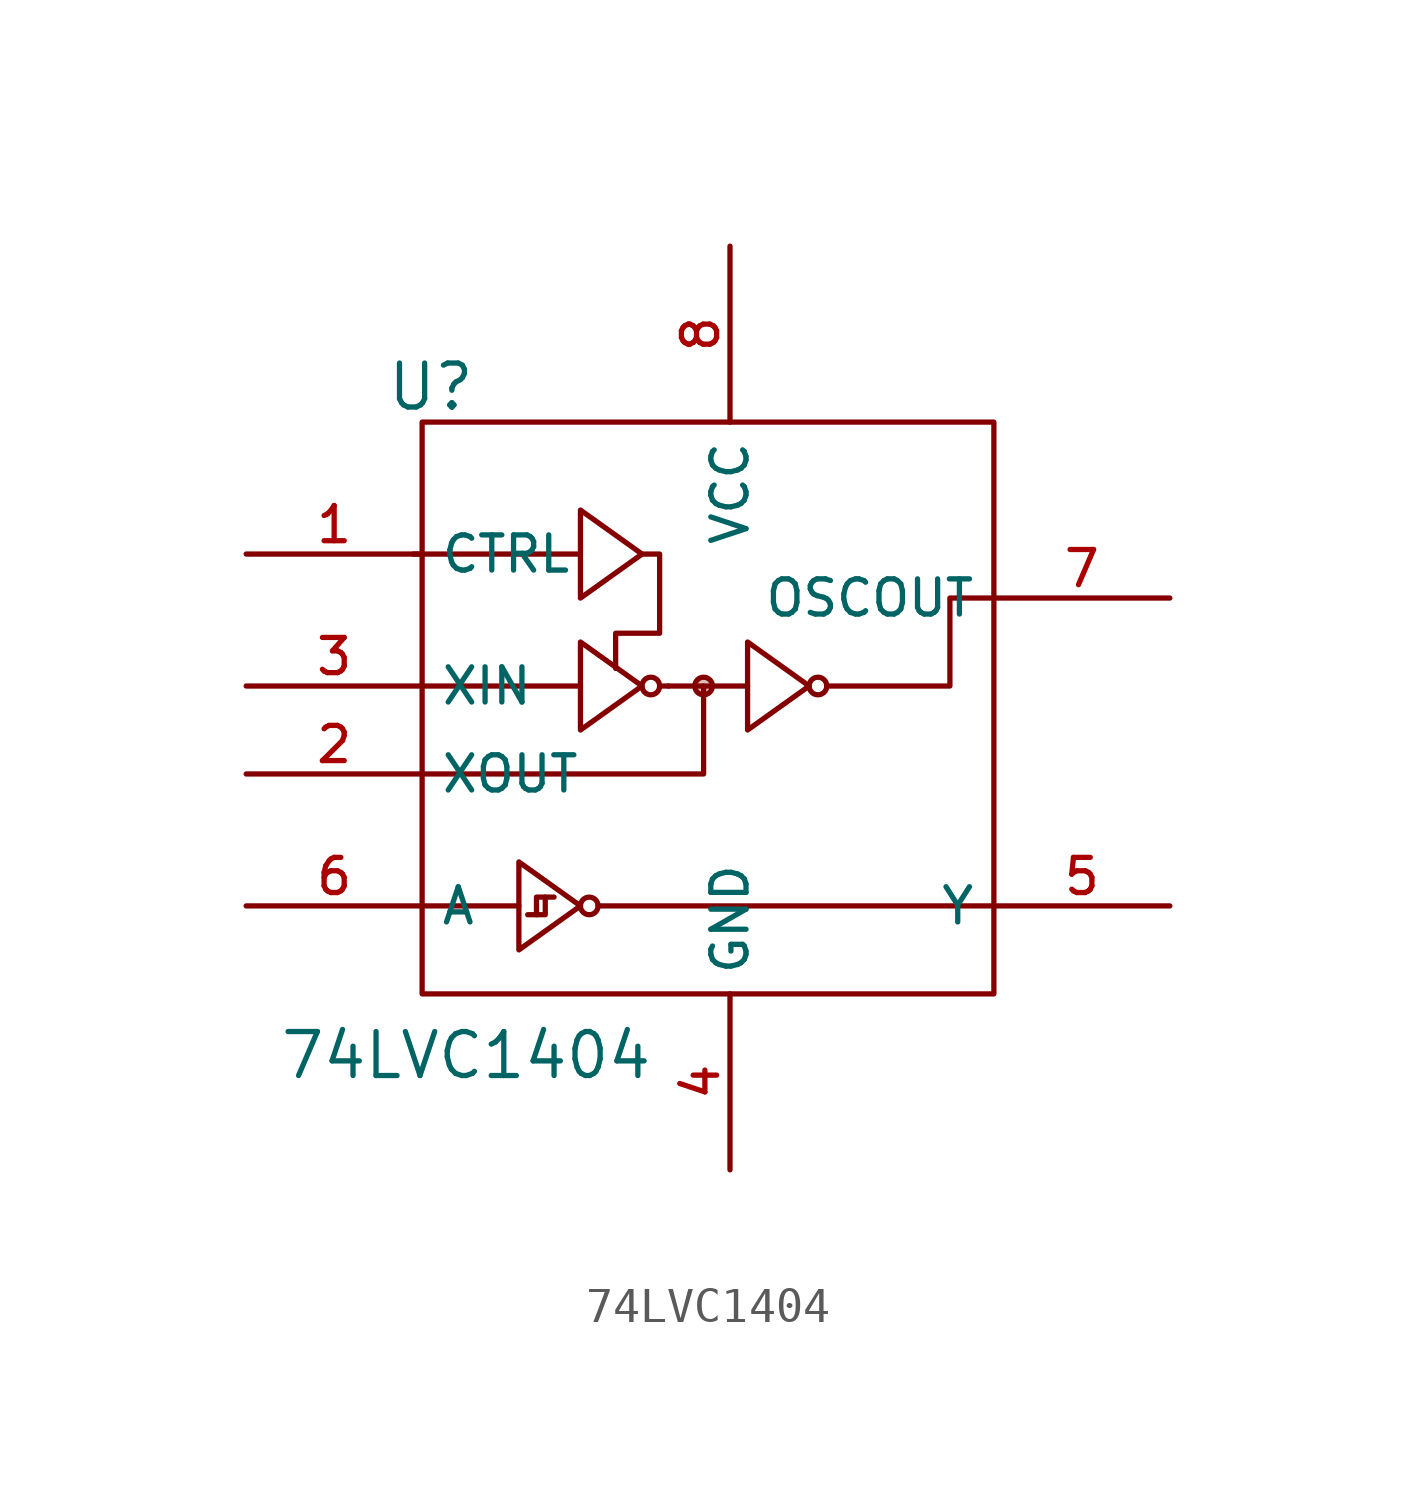
<source format=kicad_sym>
(kicad_symbol_lib
  (version 20231120)
  (generator "kicad_symbol_editor")
  (generator_version "8.0")
  (symbol "74LVC1404"
    (property "Reference" "U"
      (at -8.636 8.636 0)
      (effects (font (size 1.27 1.27))))
    (property "Value" "74LVC1404"
      (at -7.62 -10.668 0)
      (effects (font (size 1.27 1.27))))
    (symbol "74LVC1404_0_1"
      (rectangle (start -8.89 7.62) (end 7.62 -8.89) (stroke (width 0) (type default)) (fill (type none))))
    (symbol "74LVC1404_1_0"
      (pin input line (at -13.97 3.81 0) (length 5.08) (name "CTRL" (effects (font (size 1.016 1.016)))) (number "1" (effects (font (size 1.016 1.016)))))
      (pin output line (at -13.97 -2.54 0) (length 5.08) (name "XOUT" (effects (font (size 1.016 1.016)))) (number "2" (effects (font (size 1.016 1.016)))))
      (pin input line (at -13.97 0 0) (length 5.08) (name "XIN" (effects (font (size 1.016 1.016)))) (number "3" (effects (font (size 1.016 1.016)))))
      (pin power_in line (at 0 -13.97 90) (length 5.08) (name "GND" (effects (font (size 1.016 1.016)))) (number "4" (effects (font (size 1.016 1.016)))))
      (pin input line (at 12.7 -6.35 180) (length 5.08) (name "Y" (effects (font (size 1.016 1.016)))) (number "5" (effects (font (size 1.016 1.016)))))
      (pin input line (at -13.97 -6.35 0) (length 5.08) (name "A" (effects (font (size 1.016 1.016)))) (number "6" (effects (font (size 1.016 1.016)))))
      (pin output line (at 12.7 2.54 180) (length 5.08) (name "OSCOUT" (effects (font (size 1.016 1.016)))) (number "7" (effects (font (size 1.016 1.016)))))
      (pin power_in line (at 0 12.7 270) (length 5.08) (name "VCC" (effects (font (size 1.016 1.016)))) (number "8" (effects (font (size 1.016 1.016))))))
    (symbol "74LVC1404_1_1"
      (circle (center -4.064 -6.35) (radius 0.254) (stroke (width 0) (type default) (color 132 0 0 0.251)) (fill (type none)))
      (circle (center -2.286 0) (radius 0.254) (stroke (width 0) (type default) (color 132 0 0 0.251)) (fill (type none)))
      (circle (center -0.762 0) (radius 0.254) (stroke (width 0) (type default) (color 132 0 0 0.251)) (fill (type outline)))
      (polyline (pts (xy -8.89 -6.35) (xy -6.096 -6.35)) (stroke (width 0) (type default) (color 132 0 0 0.251)) (fill (type none)))
      (polyline (pts (xy -8.89 0) (xy -4.318 0)) (stroke (width 0) (type default) (color 132 0 0 0.251)) (fill (type none)))
      (polyline (pts (xy -4.318 3.81) (xy -9.144 3.81)) (stroke (width 0) (type default) (color 132 0 0 0.25)) (fill (type color) (color 132 0 0 1)))
      (polyline (pts (xy -3.81 -6.35) (xy 7.62 -6.35)) (stroke (width 0) (type default) (color 132 0 0 0.251)) (fill (type none)))
      (polyline (pts (xy -2.032 0) (xy -1.778 0)) (stroke (width 0) (type default) (color 132 0 0 0.251)) (fill (type none)))
      (polyline (pts (xy -1.778 0) (xy 0.508 0)) (stroke (width 0) (type default) (color 132 0 0 0.251)) (fill (type none)))
      (polyline (pts (xy -8.89 -2.54) (xy -0.762 -2.54) (xy -0.762 0)) (stroke (width 0) (type default) (color 132 0 0 0.251)) (fill (type none)))
      (polyline (pts (xy -5.334 -6.096) (xy -5.588 -6.096) (xy -5.588 -6.604)) (stroke (width 0) (type default) (color 132 0 0 0.251)) (fill (type none)))
      (polyline (pts (xy -5.842 -6.604) (xy -5.334 -6.604) (xy -5.334 -6.096) (xy -5.08 -6.096)) (stroke (width 0) (type default) (color 132 0 0 0.251)) (fill (type none)))
      (polyline (pts (xy 2.794 0) (xy 6.35 0) (xy 6.35 2.54) (xy 7.62 2.54)) (stroke (width 0) (type default) (color 132 0 0 0.251)) (fill (type none)))
      (polyline (pts (xy -6.096 -5.588) (xy -6.096 -7.62) (xy -4.318 -6.35) (xy -6.096 -5.08) (xy -6.096 -5.588)) (stroke (width 0) (type default) (color 132 0 0 0.251)) (fill (type none)))
      (polyline (pts (xy -4.318 0.762) (xy -4.318 -1.27) (xy -2.54 0) (xy -4.318 1.27) (xy -4.318 0.762)) (stroke (width 0) (type default) (color 132 0 0 0.251)) (fill (type none)))
      (polyline (pts (xy -4.318 4.572) (xy -4.318 2.54) (xy -2.54 3.81) (xy -4.318 5.08) (xy -4.318 4.572)) (stroke (width 0) (type default) (color 132 0 0 0.251)) (fill (type none)))
      (polyline (pts (xy -2.54 3.81) (xy -2.032 3.81) (xy -2.032 1.524) (xy -3.302 1.524) (xy -3.302 0.508)) (stroke (width 0) (type default) (color 132 0 0 0.251)) (fill (type none)))
      (polyline (pts (xy 0.508 0.762) (xy 0.508 -1.27) (xy 2.286 0) (xy 0.508 1.27) (xy 0.508 0.762)) (stroke (width 0) (type default) (color 132 0 0 0.251)) (fill (type none)))
      (circle (center 2.54 0) (radius 0.254) (stroke (width 0) (type default) (color 132 0 0 0.251)) (fill (type none))))))
</source>
